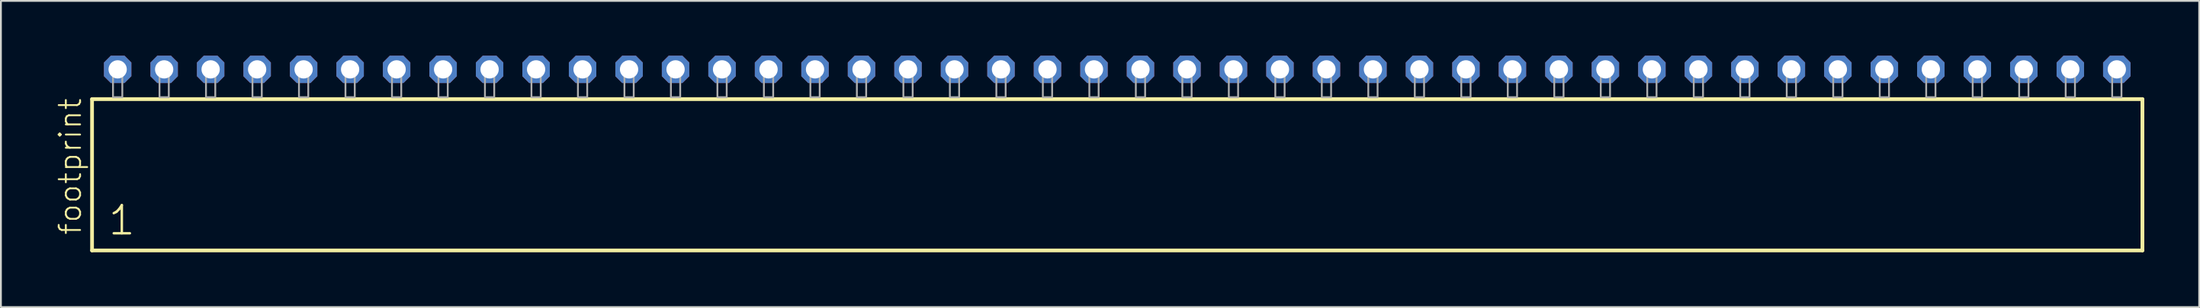
<source format=kicad_pcb>
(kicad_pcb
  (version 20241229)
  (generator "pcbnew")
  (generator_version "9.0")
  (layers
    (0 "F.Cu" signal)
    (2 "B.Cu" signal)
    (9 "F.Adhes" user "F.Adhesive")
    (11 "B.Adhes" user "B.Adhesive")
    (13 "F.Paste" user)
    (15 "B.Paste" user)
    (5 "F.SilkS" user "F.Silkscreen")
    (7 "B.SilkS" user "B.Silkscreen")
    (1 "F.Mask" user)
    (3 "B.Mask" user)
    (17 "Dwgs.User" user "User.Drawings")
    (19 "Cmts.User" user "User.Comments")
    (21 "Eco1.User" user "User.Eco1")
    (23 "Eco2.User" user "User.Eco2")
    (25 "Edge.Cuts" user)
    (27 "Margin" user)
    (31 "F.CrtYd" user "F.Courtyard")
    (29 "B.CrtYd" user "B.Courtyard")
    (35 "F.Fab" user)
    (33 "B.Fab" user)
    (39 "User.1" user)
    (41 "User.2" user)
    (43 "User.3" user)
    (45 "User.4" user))
  (footprint "footprint"
    (layer "F.Cu")
    (at 57.988 2.274)
    (property "Reference" "footprint" (at -56.515 7.62 90) (layer "F.SilkS") (effects (font (size 1.168 1.168) (thickness 0.102)) (justify left bottom)))
    (fp_line (start -56.009 0.106) (end -56.009 8.396) (stroke (width 0.203) (type solid)) (layer "F.SilkS"))
    (fp_line (start -56.009 8.396) (end 56.009 8.396) (stroke (width 0.203) (type solid)) (layer "F.SilkS"))
    (fp_line (start 56.009 0.106) (end -56.009 0.106) (stroke (width 0.203) (type solid)) (layer "F.SilkS"))
    (fp_line (start 56.009 8.396) (end 56.009 0.106) (stroke (width 0.203) (type solid)) (layer "F.SilkS"))
    (fp_poly (pts (xy -54.864 0) (xy -54.356 0) (xy -54.356 -1.778) (xy -54.864 -1.778)) (stroke (width 0.1) (type solid)) (fill no) (layer "F.Fab"))
    (fp_poly (pts (xy -52.324 0) (xy -51.816 0) (xy -51.816 -1.778) (xy -52.324 -1.778)) (stroke (width 0.1) (type solid)) (fill no) (layer "F.Fab"))
    (fp_poly (pts (xy -49.784 0) (xy -49.276 0) (xy -49.276 -1.778) (xy -49.784 -1.778)) (stroke (width 0.1) (type solid)) (fill no) (layer "F.Fab"))
    (fp_poly (pts (xy -47.244 0) (xy -46.736 0) (xy -46.736 -1.778) (xy -47.244 -1.778)) (stroke (width 0.1) (type solid)) (fill no) (layer "F.Fab"))
    (fp_poly (pts (xy -44.704 0) (xy -44.196 0) (xy -44.196 -1.778) (xy -44.704 -1.778)) (stroke (width 0.1) (type solid)) (fill no) (layer "F.Fab"))
    (fp_poly (pts (xy -42.164 0) (xy -41.656 0) (xy -41.656 -1.778) (xy -42.164 -1.778)) (stroke (width 0.1) (type solid)) (fill no) (layer "F.Fab"))
    (fp_poly (pts (xy -39.624 0) (xy -39.116 0) (xy -39.116 -1.778) (xy -39.624 -1.778)) (stroke (width 0.1) (type solid)) (fill no) (layer "F.Fab"))
    (fp_poly (pts (xy -37.084 0) (xy -36.576 0) (xy -36.576 -1.778) (xy -37.084 -1.778)) (stroke (width 0.1) (type solid)) (fill no) (layer "F.Fab"))
    (fp_poly (pts (xy -34.544 0) (xy -34.036 0) (xy -34.036 -1.778) (xy -34.544 -1.778)) (stroke (width 0.1) (type solid)) (fill no) (layer "F.Fab"))
    (fp_poly (pts (xy -32.004 0) (xy -31.496 0) (xy -31.496 -1.778) (xy -32.004 -1.778)) (stroke (width 0.1) (type solid)) (fill no) (layer "F.Fab"))
    (fp_poly (pts (xy -29.464 0) (xy -28.956 0) (xy -28.956 -1.778) (xy -29.464 -1.778)) (stroke (width 0.1) (type solid)) (fill no) (layer "F.Fab"))
    (fp_poly (pts (xy -26.924 0) (xy -26.416 0) (xy -26.416 -1.778) (xy -26.924 -1.778)) (stroke (width 0.1) (type solid)) (fill no) (layer "F.Fab"))
    (fp_poly (pts (xy -24.384 0) (xy -23.876 0) (xy -23.876 -1.778) (xy -24.384 -1.778)) (stroke (width 0.1) (type solid)) (fill no) (layer "F.Fab"))
    (fp_poly (pts (xy -21.844 0) (xy -21.336 0) (xy -21.336 -1.778) (xy -21.844 -1.778)) (stroke (width 0.1) (type solid)) (fill no) (layer "F.Fab"))
    (fp_poly (pts (xy -19.304 0) (xy -18.796 0) (xy -18.796 -1.778) (xy -19.304 -1.778)) (stroke (width 0.1) (type solid)) (fill no) (layer "F.Fab"))
    (fp_poly (pts (xy -16.764 0) (xy -16.256 0) (xy -16.256 -1.778) (xy -16.764 -1.778)) (stroke (width 0.1) (type solid)) (fill no) (layer "F.Fab"))
    (fp_poly (pts (xy -14.224 0) (xy -13.716 0) (xy -13.716 -1.778) (xy -14.224 -1.778)) (stroke (width 0.1) (type solid)) (fill no) (layer "F.Fab"))
    (fp_poly (pts (xy -11.684 0) (xy -11.176 0) (xy -11.176 -1.778) (xy -11.684 -1.778)) (stroke (width 0.1) (type solid)) (fill no) (layer "F.Fab"))
    (fp_poly (pts (xy -9.144 0) (xy -8.636 0) (xy -8.636 -1.778) (xy -9.144 -1.778)) (stroke (width 0.1) (type solid)) (fill no) (layer "F.Fab"))
    (fp_poly (pts (xy -6.604 0) (xy -6.096 0) (xy -6.096 -1.778) (xy -6.604 -1.778)) (stroke (width 0.1) (type solid)) (fill no) (layer "F.Fab"))
    (fp_poly (pts (xy -4.064 0) (xy -3.556 0) (xy -3.556 -1.778) (xy -4.064 -1.778)) (stroke (width 0.1) (type solid)) (fill no) (layer "F.Fab"))
    (fp_poly (pts (xy -1.524 0) (xy -1.016 0) (xy -1.016 -1.778) (xy -1.524 -1.778)) (stroke (width 0.1) (type solid)) (fill no) (layer "F.Fab"))
    (fp_poly (pts (xy 1.016 0) (xy 1.524 0) (xy 1.524 -1.778) (xy 1.016 -1.778)) (stroke (width 0.1) (type solid)) (fill no) (layer "F.Fab"))
    (fp_poly (pts (xy 3.556 0) (xy 4.064 0) (xy 4.064 -1.778) (xy 3.556 -1.778)) (stroke (width 0.1) (type solid)) (fill no) (layer "F.Fab"))
    (fp_poly (pts (xy 6.096 0) (xy 6.604 0) (xy 6.604 -1.778) (xy 6.096 -1.778)) (stroke (width 0.1) (type solid)) (fill no) (layer "F.Fab"))
    (fp_poly (pts (xy 8.636 0) (xy 9.144 0) (xy 9.144 -1.778) (xy 8.636 -1.778)) (stroke (width 0.1) (type solid)) (fill no) (layer "F.Fab"))
    (fp_poly (pts (xy 11.176 0) (xy 11.684 0) (xy 11.684 -1.778) (xy 11.176 -1.778)) (stroke (width 0.1) (type solid)) (fill no) (layer "F.Fab"))
    (fp_poly (pts (xy 13.716 0) (xy 14.224 0) (xy 14.224 -1.778) (xy 13.716 -1.778)) (stroke (width 0.1) (type solid)) (fill no) (layer "F.Fab"))
    (fp_poly (pts (xy 16.256 0) (xy 16.764 0) (xy 16.764 -1.778) (xy 16.256 -1.778)) (stroke (width 0.1) (type solid)) (fill no) (layer "F.Fab"))
    (fp_poly (pts (xy 18.796 0) (xy 19.304 0) (xy 19.304 -1.778) (xy 18.796 -1.778)) (stroke (width 0.1) (type solid)) (fill no) (layer "F.Fab"))
    (fp_poly (pts (xy 21.336 0) (xy 21.844 0) (xy 21.844 -1.778) (xy 21.336 -1.778)) (stroke (width 0.1) (type solid)) (fill no) (layer "F.Fab"))
    (fp_poly (pts (xy 23.876 0) (xy 24.384 0) (xy 24.384 -1.778) (xy 23.876 -1.778)) (stroke (width 0.1) (type solid)) (fill no) (layer "F.Fab"))
    (fp_poly (pts (xy 26.416 0) (xy 26.924 0) (xy 26.924 -1.778) (xy 26.416 -1.778)) (stroke (width 0.1) (type solid)) (fill no) (layer "F.Fab"))
    (fp_poly (pts (xy 28.956 0) (xy 29.464 0) (xy 29.464 -1.778) (xy 28.956 -1.778)) (stroke (width 0.1) (type solid)) (fill no) (layer "F.Fab"))
    (fp_poly (pts (xy 31.496 0) (xy 32.004 0) (xy 32.004 -1.778) (xy 31.496 -1.778)) (stroke (width 0.1) (type solid)) (fill no) (layer "F.Fab"))
    (fp_poly (pts (xy 34.036 0) (xy 34.544 0) (xy 34.544 -1.778) (xy 34.036 -1.778)) (stroke (width 0.1) (type solid)) (fill no) (layer "F.Fab"))
    (fp_poly (pts (xy 36.576 0) (xy 37.084 0) (xy 37.084 -1.778) (xy 36.576 -1.778)) (stroke (width 0.1) (type solid)) (fill no) (layer "F.Fab"))
    (fp_poly (pts (xy 39.116 0) (xy 39.624 0) (xy 39.624 -1.778) (xy 39.116 -1.778)) (stroke (width 0.1) (type solid)) (fill no) (layer "F.Fab"))
    (fp_poly (pts (xy 41.656 0) (xy 42.164 0) (xy 42.164 -1.778) (xy 41.656 -1.778)) (stroke (width 0.1) (type solid)) (fill no) (layer "F.Fab"))
    (fp_poly (pts (xy 44.196 0) (xy 44.704 0) (xy 44.704 -1.778) (xy 44.196 -1.778)) (stroke (width 0.1) (type solid)) (fill no) (layer "F.Fab"))
    (fp_poly (pts (xy 46.736 0) (xy 47.244 0) (xy 47.244 -1.778) (xy 46.736 -1.778)) (stroke (width 0.1) (type solid)) (fill no) (layer "F.Fab"))
    (fp_poly (pts (xy 49.276 0) (xy 49.784 0) (xy 49.784 -1.778) (xy 49.276 -1.778)) (stroke (width 0.1) (type solid)) (fill no) (layer "F.Fab"))
    (fp_poly (pts (xy 51.816 0) (xy 52.324 0) (xy 52.324 -1.778) (xy 51.816 -1.778)) (stroke (width 0.1) (type solid)) (fill no) (layer "F.Fab"))
    (fp_poly (pts (xy 54.356 0) (xy 54.864 0) (xy 54.864 -1.778) (xy 54.356 -1.778)) (stroke (width 0.1) (type solid)) (fill no) (layer "F.Fab"))
    (fp_text user "1" (at -55.205 7.65 0) (layer "F.SilkS") (effects (font (size 1.542 1.542) (thickness 0.134)) (justify left bottom)))
    (pad "1" thru_hole roundrect (at -54.61 -1.524) (size 1.5 1.5) (drill 1) (layers "*.Cu" "*.Mask") (roundrect_rratio 0.25) (chamfer_ratio 0.25) (chamfer top_left top_right bottom_left bottom_right))
    (pad "2" thru_hole roundrect (at -52.07 -1.524) (size 1.5 1.5) (drill 1) (layers "*.Cu" "*.Mask") (roundrect_rratio 0.25) (chamfer_ratio 0.25) (chamfer top_left top_right bottom_left bottom_right))
    (pad "3" thru_hole roundrect (at -49.53 -1.524) (size 1.5 1.5) (drill 1) (layers "*.Cu" "*.Mask") (roundrect_rratio 0.25) (chamfer_ratio 0.25) (chamfer top_left top_right bottom_left bottom_right))
    (pad "4" thru_hole roundrect (at -46.99 -1.524) (size 1.5 1.5) (drill 1) (layers "*.Cu" "*.Mask") (roundrect_rratio 0.25) (chamfer_ratio 0.25) (chamfer top_left top_right bottom_left bottom_right))
    (pad "5" thru_hole roundrect (at -44.45 -1.524) (size 1.5 1.5) (drill 1) (layers "*.Cu" "*.Mask") (roundrect_rratio 0.25) (chamfer_ratio 0.25) (chamfer top_left top_right bottom_left bottom_right))
    (pad "6" thru_hole roundrect (at -41.91 -1.524) (size 1.5 1.5) (drill 1) (layers "*.Cu" "*.Mask") (roundrect_rratio 0.25) (chamfer_ratio 0.25) (chamfer top_left top_right bottom_left bottom_right))
    (pad "7" thru_hole roundrect (at -39.37 -1.524) (size 1.5 1.5) (drill 1) (layers "*.Cu" "*.Mask") (roundrect_rratio 0.25) (chamfer_ratio 0.25) (chamfer top_left top_right bottom_left bottom_right))
    (pad "8" thru_hole roundrect (at -36.83 -1.524) (size 1.5 1.5) (drill 1) (layers "*.Cu" "*.Mask") (roundrect_rratio 0.25) (chamfer_ratio 0.25) (chamfer top_left top_right bottom_left bottom_right))
    (pad "9" thru_hole roundrect (at -34.29 -1.524) (size 1.5 1.5) (drill 1) (layers "*.Cu" "*.Mask") (roundrect_rratio 0.25) (chamfer_ratio 0.25) (chamfer top_left top_right bottom_left bottom_right))
    (pad "10" thru_hole roundrect (at -31.75 -1.524) (size 1.5 1.5) (drill 1) (layers "*.Cu" "*.Mask") (roundrect_rratio 0.25) (chamfer_ratio 0.25) (chamfer top_left top_right bottom_left bottom_right))
    (pad "11" thru_hole roundrect (at -29.21 -1.524) (size 1.5 1.5) (drill 1) (layers "*.Cu" "*.Mask") (roundrect_rratio 0.25) (chamfer_ratio 0.25) (chamfer top_left top_right bottom_left bottom_right))
    (pad "12" thru_hole roundrect (at -26.67 -1.524) (size 1.5 1.5) (drill 1) (layers "*.Cu" "*.Mask") (roundrect_rratio 0.25) (chamfer_ratio 0.25) (chamfer top_left top_right bottom_left bottom_right))
    (pad "13" thru_hole roundrect (at -24.13 -1.524) (size 1.5 1.5) (drill 1) (layers "*.Cu" "*.Mask") (roundrect_rratio 0.25) (chamfer_ratio 0.25) (chamfer top_left top_right bottom_left bottom_right))
    (pad "14" thru_hole roundrect (at -21.59 -1.524) (size 1.5 1.5) (drill 1) (layers "*.Cu" "*.Mask") (roundrect_rratio 0.25) (chamfer_ratio 0.25) (chamfer top_left top_right bottom_left bottom_right))
    (pad "15" thru_hole roundrect (at -19.05 -1.524) (size 1.5 1.5) (drill 1) (layers "*.Cu" "*.Mask") (roundrect_rratio 0.25) (chamfer_ratio 0.25) (chamfer top_left top_right bottom_left bottom_right))
    (pad "16" thru_hole roundrect (at -16.51 -1.524) (size 1.5 1.5) (drill 1) (layers "*.Cu" "*.Mask") (roundrect_rratio 0.25) (chamfer_ratio 0.25) (chamfer top_left top_right bottom_left bottom_right))
    (pad "17" thru_hole roundrect (at -13.97 -1.524) (size 1.5 1.5) (drill 1) (layers "*.Cu" "*.Mask") (roundrect_rratio 0.25) (chamfer_ratio 0.25) (chamfer top_left top_right bottom_left bottom_right))
    (pad "18" thru_hole roundrect (at -11.43 -1.524) (size 1.5 1.5) (drill 1) (layers "*.Cu" "*.Mask") (roundrect_rratio 0.25) (chamfer_ratio 0.25) (chamfer top_left top_right bottom_left bottom_right))
    (pad "19" thru_hole roundrect (at -8.89 -1.524) (size 1.5 1.5) (drill 1) (layers "*.Cu" "*.Mask") (roundrect_rratio 0.25) (chamfer_ratio 0.25) (chamfer top_left top_right bottom_left bottom_right))
    (pad "20" thru_hole roundrect (at -6.35 -1.524) (size 1.5 1.5) (drill 1) (layers "*.Cu" "*.Mask") (roundrect_rratio 0.25) (chamfer_ratio 0.25) (chamfer top_left top_right bottom_left bottom_right))
    (pad "21" thru_hole roundrect (at -3.81 -1.524) (size 1.5 1.5) (drill 1) (layers "*.Cu" "*.Mask") (roundrect_rratio 0.25) (chamfer_ratio 0.25) (chamfer top_left top_right bottom_left bottom_right))
    (pad "22" thru_hole roundrect (at -1.27 -1.524) (size 1.5 1.5) (drill 1) (layers "*.Cu" "*.Mask") (roundrect_rratio 0.25) (chamfer_ratio 0.25) (chamfer top_left top_right bottom_left bottom_right))
    (pad "23" thru_hole roundrect (at 1.27 -1.524) (size 1.5 1.5) (drill 1) (layers "*.Cu" "*.Mask") (roundrect_rratio 0.25) (chamfer_ratio 0.25) (chamfer top_left top_right bottom_left bottom_right))
    (pad "24" thru_hole roundrect (at 3.81 -1.524) (size 1.5 1.5) (drill 1) (layers "*.Cu" "*.Mask") (roundrect_rratio 0.25) (chamfer_ratio 0.25) (chamfer top_left top_right bottom_left bottom_right))
    (pad "25" thru_hole roundrect (at 6.35 -1.524) (size 1.5 1.5) (drill 1) (layers "*.Cu" "*.Mask") (roundrect_rratio 0.25) (chamfer_ratio 0.25) (chamfer top_left top_right bottom_left bottom_right))
    (pad "26" thru_hole roundrect (at 8.89 -1.524) (size 1.5 1.5) (drill 1) (layers "*.Cu" "*.Mask") (roundrect_rratio 0.25) (chamfer_ratio 0.25) (chamfer top_left top_right bottom_left bottom_right))
    (pad "27" thru_hole roundrect (at 11.43 -1.524) (size 1.5 1.5) (drill 1) (layers "*.Cu" "*.Mask") (roundrect_rratio 0.25) (chamfer_ratio 0.25) (chamfer top_left top_right bottom_left bottom_right))
    (pad "28" thru_hole roundrect (at 13.97 -1.524) (size 1.5 1.5) (drill 1) (layers "*.Cu" "*.Mask") (roundrect_rratio 0.25) (chamfer_ratio 0.25) (chamfer top_left top_right bottom_left bottom_right))
    (pad "29" thru_hole roundrect (at 16.51 -1.524) (size 1.5 1.5) (drill 1) (layers "*.Cu" "*.Mask") (roundrect_rratio 0.25) (chamfer_ratio 0.25) (chamfer top_left top_right bottom_left bottom_right))
    (pad "30" thru_hole roundrect (at 19.05 -1.524) (size 1.5 1.5) (drill 1) (layers "*.Cu" "*.Mask") (roundrect_rratio 0.25) (chamfer_ratio 0.25) (chamfer top_left top_right bottom_left bottom_right))
    (pad "31" thru_hole roundrect (at 21.59 -1.524) (size 1.5 1.5) (drill 1) (layers "*.Cu" "*.Mask") (roundrect_rratio 0.25) (chamfer_ratio 0.25) (chamfer top_left top_right bottom_left bottom_right))
    (pad "32" thru_hole roundrect (at 24.13 -1.524) (size 1.5 1.5) (drill 1) (layers "*.Cu" "*.Mask") (roundrect_rratio 0.25) (chamfer_ratio 0.25) (chamfer top_left top_right bottom_left bottom_right))
    (pad "33" thru_hole roundrect (at 26.67 -1.524) (size 1.5 1.5) (drill 1) (layers "*.Cu" "*.Mask") (roundrect_rratio 0.25) (chamfer_ratio 0.25) (chamfer top_left top_right bottom_left bottom_right))
    (pad "34" thru_hole roundrect (at 29.21 -1.524) (size 1.5 1.5) (drill 1) (layers "*.Cu" "*.Mask") (roundrect_rratio 0.25) (chamfer_ratio 0.25) (chamfer top_left top_right bottom_left bottom_right))
    (pad "35" thru_hole roundrect (at 31.75 -1.524) (size 1.5 1.5) (drill 1) (layers "*.Cu" "*.Mask") (roundrect_rratio 0.25) (chamfer_ratio 0.25) (chamfer top_left top_right bottom_left bottom_right))
    (pad "36" thru_hole roundrect (at 34.29 -1.524) (size 1.5 1.5) (drill 1) (layers "*.Cu" "*.Mask") (roundrect_rratio 0.25) (chamfer_ratio 0.25) (chamfer top_left top_right bottom_left bottom_right))
    (pad "37" thru_hole roundrect (at 36.83 -1.524) (size 1.5 1.5) (drill 1) (layers "*.Cu" "*.Mask") (roundrect_rratio 0.25) (chamfer_ratio 0.25) (chamfer top_left top_right bottom_left bottom_right))
    (pad "38" thru_hole roundrect (at 39.37 -1.524) (size 1.5 1.5) (drill 1) (layers "*.Cu" "*.Mask") (roundrect_rratio 0.25) (chamfer_ratio 0.25) (chamfer top_left top_right bottom_left bottom_right))
    (pad "39" thru_hole roundrect (at 41.91 -1.524) (size 1.5 1.5) (drill 1) (layers "*.Cu" "*.Mask") (roundrect_rratio 0.25) (chamfer_ratio 0.25) (chamfer top_left top_right bottom_left bottom_right))
    (pad "40" thru_hole roundrect (at 44.45 -1.524) (size 1.5 1.5) (drill 1) (layers "*.Cu" "*.Mask") (roundrect_rratio 0.25) (chamfer_ratio 0.25) (chamfer top_left top_right bottom_left bottom_right))
    (pad "41" thru_hole roundrect (at 46.99 -1.524) (size 1.5 1.5) (drill 1) (layers "*.Cu" "*.Mask") (roundrect_rratio 0.25) (chamfer_ratio 0.25) (chamfer top_left top_right bottom_left bottom_right))
    (pad "42" thru_hole roundrect (at 49.53 -1.524) (size 1.5 1.5) (drill 1) (layers "*.Cu" "*.Mask") (roundrect_rratio 0.25) (chamfer_ratio 0.25) (chamfer top_left top_right bottom_left bottom_right))
    (pad "43" thru_hole roundrect (at 52.07 -1.524) (size 1.5 1.5) (drill 1) (layers "*.Cu" "*.Mask") (roundrect_rratio 0.25) (chamfer_ratio 0.25) (chamfer top_left top_right bottom_left bottom_right))
    (pad "44" thru_hole roundrect (at 54.61 -1.524) (size 1.5 1.5) (drill 1) (layers "*.Cu" "*.Mask") (roundrect_rratio 0.25) (chamfer_ratio 0.25) (chamfer top_left top_right bottom_left bottom_right)))
  (gr_rect
    (start -3 -3)
    (end 117.099 13.772)
    (stroke (width 0.1) (type default))
    (fill no)
    (layer "Edge.Cuts")))
</source>
